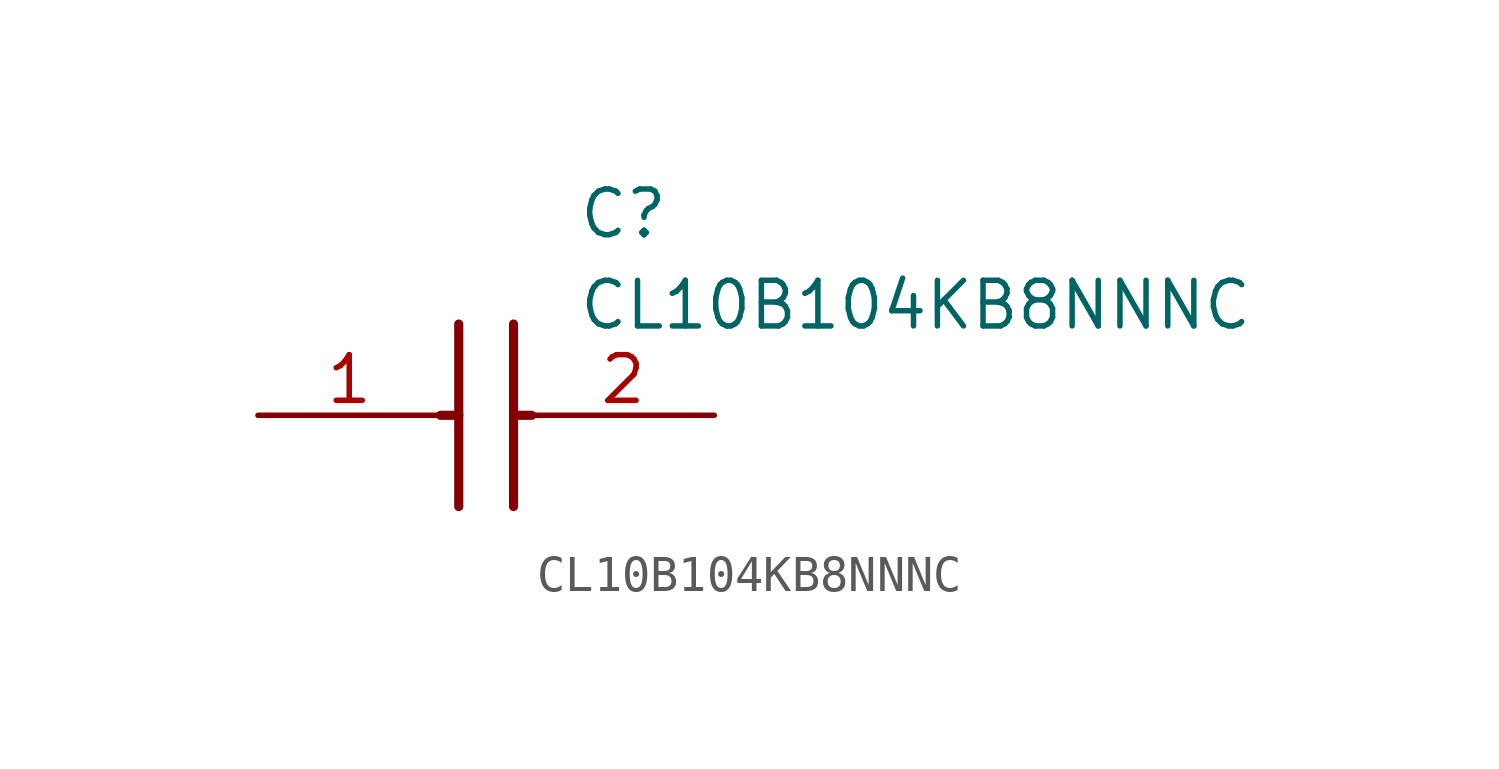
<source format=kicad_sym>
(kicad_symbol_lib
  (version 20211014)
  (generator SamacSys_ECAD_Model)
  (symbol "CL10B104KB8NNNC"
    (pin_names hide)
    (property "Reference" "C"
      (at 8.89 6.35 0)
      (effects (font (size 1.27 1.27)) (justify left top)))
    (property "Value" "CL10B104KB8NNNC"
      (at 8.89 3.81 0)
      (effects (font (size 1.27 1.27)) (justify left top)))
    (polyline
      (pts (xy 5.588 2.54) (xy 5.588 -2.54))
      (stroke (width 0.254) (type default))
      (fill (type none)))
    (polyline
      (pts (xy 7.112 2.54) (xy 7.112 -2.54))
      (stroke (width 0.254) (type default))
      (fill (type none)))
    (polyline
      (pts (xy 5.08 0) (xy 5.588 0))
      (stroke (width 0.254) (type default))
      (fill (type none)))
    (polyline
      (pts (xy 7.112 0) (xy 7.62 0))
      (stroke (width 0.254) (type default))
      (fill (type none)))
    (pin passive line
      (at 0 0 0)
      (length 5.08)
      (name "1" (effects (font (size 1.27 1.27))))
      (number "1" (effects (font (size 1.27 1.27)))))
    (pin passive line
      (at 12.7 0 180)
      (length 5.08)
      (name "2" (effects (font (size 1.27 1.27))))
      (number "2" (effects (font (size 1.27 1.27)))))))
</source>
